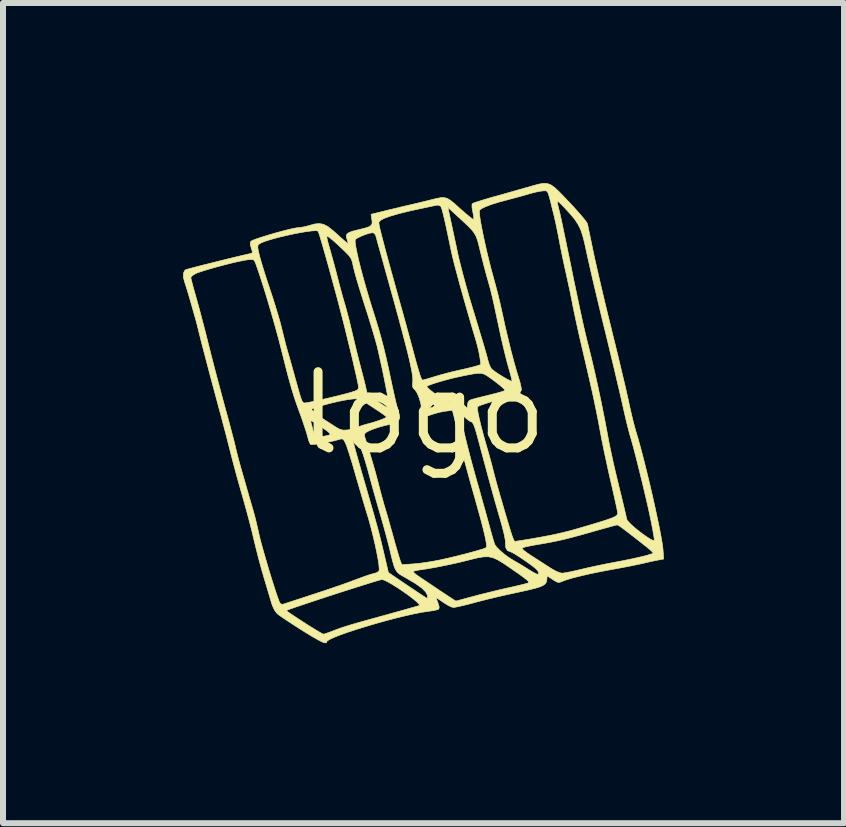
<source format=kicad_pcb>
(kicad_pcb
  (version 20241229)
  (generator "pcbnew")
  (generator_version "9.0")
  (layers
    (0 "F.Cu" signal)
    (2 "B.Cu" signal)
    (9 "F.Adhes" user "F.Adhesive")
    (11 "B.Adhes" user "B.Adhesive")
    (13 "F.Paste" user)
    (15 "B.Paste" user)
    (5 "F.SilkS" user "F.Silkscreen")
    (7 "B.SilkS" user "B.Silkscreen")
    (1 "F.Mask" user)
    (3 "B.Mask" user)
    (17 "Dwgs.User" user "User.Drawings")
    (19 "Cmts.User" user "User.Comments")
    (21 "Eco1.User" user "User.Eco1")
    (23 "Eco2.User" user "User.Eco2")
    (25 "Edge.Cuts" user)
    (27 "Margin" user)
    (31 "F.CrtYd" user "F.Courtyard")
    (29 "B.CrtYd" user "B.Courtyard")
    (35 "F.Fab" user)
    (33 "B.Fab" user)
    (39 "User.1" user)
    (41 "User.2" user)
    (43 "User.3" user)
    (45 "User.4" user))
  (footprint "logo"
    (layer "F.Cu")
    (at 4.004 3.834)
    (property "Reference" "logo" (at 0 0 0) (layer "F.SilkS") (effects (font (size 1.27 1.27) (thickness 0.15))))
    (attr through_hole)
    (fp_poly (pts (xy 2.069 -3.825) (xy 2.126 -3.803) (xy 2.186 -3.761) (xy 2.256 -3.696) (xy 2.344 -3.606) (xy 2.426 -3.519) (xy 2.518 -3.421) (xy 2.599 -3.33) (xy 2.665 -3.253) (xy 2.712 -3.193) (xy 2.734 -3.157) (xy 2.735 -3.154) (xy 2.743 -3.117) (xy 2.757 -3.047) (xy 2.778 -2.949) (xy 2.802 -2.832) (xy 2.829 -2.701) (xy 2.834 -2.678) (xy 2.859 -2.562) (xy 2.893 -2.412) (xy 2.933 -2.236) (xy 2.979 -2.041) (xy 3.028 -1.833) (xy 3.079 -1.622) (xy 3.131 -1.413) (xy 3.142 -1.365) (xy 3.192 -1.164) (xy 3.241 -0.963) (xy 3.287 -0.77) (xy 3.33 -0.59) (xy 3.368 -0.43) (xy 3.398 -0.297) (xy 3.421 -0.195) (xy 3.426 -0.169) (xy 3.454 -0.042) (xy 3.484 0.086) (xy 3.514 0.203) (xy 3.539 0.294) (xy 3.543 0.307) (xy 3.582 0.438) (xy 3.625 0.594) (xy 3.671 0.77) (xy 3.719 0.961) (xy 3.767 1.159) (xy 3.814 1.36) (xy 3.858 1.556) (xy 3.898 1.743) (xy 3.934 1.913) (xy 3.962 2.062) (xy 3.983 2.183) (xy 3.994 2.269) (xy 3.994 2.279) (xy 4.005 2.431) (xy 3.923 2.446) (xy 3.862 2.458) (xy 3.777 2.476) (xy 3.687 2.497) (xy 3.683 2.498) (xy 3.608 2.515) (xy 3.502 2.537) (xy 3.376 2.562) (xy 3.242 2.587) (xy 3.154 2.603) (xy 2.953 2.641) (xy 2.769 2.679) (xy 2.605 2.717) (xy 2.468 2.752) (xy 2.363 2.785) (xy 2.314 2.804) (xy 2.272 2.82) (xy 2.238 2.819) (xy 2.197 2.799) (xy 2.155 2.772) (xy 2.064 2.711) (xy 2.057 2.781) (xy 2.05 2.815) (xy 2.032 2.844) (xy 1.999 2.869) (xy 1.946 2.894) (xy 1.867 2.918) (xy 1.759 2.945) (xy 1.616 2.977) (xy 1.535 2.994) (xy 1.385 3.027) (xy 1.219 3.065) (xy 1.054 3.105) (xy 0.908 3.142) (xy 0.865 3.154) (xy 0.753 3.184) (xy 0.651 3.209) (xy 0.569 3.227) (xy 0.516 3.237) (xy 0.503 3.239) (xy 0.46 3.227) (xy 0.398 3.195) (xy 0.332 3.153) (xy 0.273 3.112) (xy 0.23 3.084) (xy 0.212 3.076) (xy 0.212 3.076) (xy 0.219 3.099) (xy 0.238 3.147) (xy 0.245 3.165) (xy 0.264 3.229) (xy 0.258 3.264) (xy 0.258 3.265) (xy 0.228 3.277) (xy 0.168 3.29) (xy 0.091 3.302) (xy 0.082 3.303) (xy -0.027 3.319) (xy -0.157 3.345) (xy -0.305 3.378) (xy -0.464 3.417) (xy -0.63 3.461) (xy -0.798 3.508) (xy -0.963 3.557) (xy -1.12 3.606) (xy -1.263 3.653) (xy -1.388 3.697) (xy -1.49 3.737) (xy -1.563 3.772) (xy -1.603 3.798) (xy -1.609 3.809) (xy -1.616 3.827) (xy -1.642 3.828) (xy -1.688 3.812) (xy -1.758 3.776) (xy -1.856 3.72) (xy -1.983 3.642) (xy -2.032 3.611) (xy -2.144 3.54) (xy -2.248 3.472) (xy -2.335 3.414) (xy -2.401 3.368) (xy -2.437 3.34) (xy -2.437 3.34) (xy -2.475 3.29) (xy -2.281 3.29) (xy -2.267 3.303) (xy -2.224 3.334) (xy -2.159 3.378) (xy -2.078 3.431) (xy -1.99 3.488) (xy -1.9 3.546) (xy -1.815 3.598) (xy -1.744 3.641) (xy -1.691 3.671) (xy -1.666 3.683) (xy -1.665 3.683) (xy -1.636 3.676) (xy -1.579 3.656) (xy -1.505 3.629) (xy -1.483 3.62) (xy -1.435 3.602) (xy -1.389 3.585) (xy -1.338 3.568) (xy -1.28 3.549) (xy -1.208 3.527) (xy -1.118 3.501) (xy -1.006 3.469) (xy -0.867 3.43) (xy -0.696 3.383) (xy -0.508 3.331) (xy -0.379 3.295) (xy -0.265 3.263) (xy -0.171 3.236) (xy -0.103 3.217) (xy -0.069 3.206) (xy -0.065 3.204) (xy -0.071 3.184) (xy -0.107 3.147) (xy -0.166 3.097) (xy -0.242 3.039) (xy -0.328 2.978) (xy -0.418 2.917) (xy -0.506 2.862) (xy -0.584 2.816) (xy -0.647 2.785) (xy -0.688 2.773) (xy -0.689 2.773) (xy -0.718 2.779) (xy -0.781 2.797) (xy -0.873 2.825) (xy -0.988 2.861) (xy -1.122 2.903) (xy -1.269 2.95) (xy -1.423 2.999) (xy -1.579 3.05) (xy -1.732 3.1) (xy -1.876 3.148) (xy -2.007 3.192) (xy -2.118 3.229) (xy -2.204 3.259) (xy -2.26 3.28) (xy -2.281 3.29) (xy -2.475 3.29) (xy -2.477 3.287) (xy -2.513 3.213) (xy -2.527 3.173) (xy -2.545 3.112) (xy -2.572 3.021) (xy -2.605 2.91) (xy -2.641 2.79) (xy -2.658 2.733) (xy -2.7 2.587) (xy -2.745 2.422) (xy -2.787 2.256) (xy -2.823 2.109) (xy -2.827 2.092) (xy -2.858 1.962) (xy -2.898 1.807) (xy -2.942 1.641) (xy -2.987 1.478) (xy -3.015 1.38) (xy -3.059 1.226) (xy -3.107 1.055) (xy -3.153 0.884) (xy -3.194 0.728) (xy -3.215 0.646) (xy -3.25 0.508) (xy -3.292 0.344) (xy -3.338 0.171) (xy -3.382 0.003) (xy -3.409 -0.095) (xy -3.462 -0.292) (xy -3.515 -0.489) (xy -3.566 -0.68) (xy -3.613 -0.859) (xy -3.656 -1.023) (xy -3.693 -1.164) (xy -3.722 -1.279) (xy -3.743 -1.362) (xy -3.751 -1.397) (xy -3.765 -1.453) (xy -3.787 -1.538) (xy -3.817 -1.643) (xy -3.85 -1.76) (xy -3.884 -1.879) (xy -3.917 -1.991) (xy -3.946 -2.088) (xy -3.969 -2.159) (xy -3.98 -2.192) (xy -3.996 -2.257) (xy -3.874 -2.257) (xy -3.868 -2.227) (xy -3.852 -2.165) (xy -3.829 -2.079) (xy -3.8 -1.977) (xy -3.791 -1.945) (xy -3.761 -1.838) (xy -3.723 -1.7) (xy -3.682 -1.543) (xy -3.639 -1.379) (xy -3.598 -1.217) (xy -3.588 -1.175) (xy -3.546 -1.01) (xy -3.497 -0.818) (xy -3.443 -0.612) (xy -3.388 -0.405) (xy -3.336 -0.211) (xy -3.313 -0.127) (xy -3.27 0.03) (xy -3.229 0.182) (xy -3.192 0.322) (xy -3.16 0.443) (xy -3.137 0.537) (xy -3.124 0.593) (xy -3.11 0.649) (xy -3.093 0.718) (xy -3.07 0.804) (xy -3.041 0.91) (xy -3.003 1.042) (xy -2.957 1.201) (xy -2.902 1.394) (xy -2.835 1.623) (xy -2.833 1.63) (xy -2.811 1.709) (xy -2.785 1.814) (xy -2.758 1.93) (xy -2.74 2.011) (xy -2.721 2.092) (xy -2.693 2.198) (xy -2.658 2.322) (xy -2.619 2.457) (xy -2.578 2.597) (xy -2.536 2.735) (xy -2.495 2.864) (xy -2.458 2.979) (xy -2.426 3.072) (xy -2.402 3.138) (xy -2.387 3.168) (xy -2.355 3.187) (xy -2.343 3.186) (xy -2.316 3.177) (xy -2.256 3.158) (xy -2.166 3.128) (xy -2.054 3.092) (xy -1.924 3.049) (xy -1.82 3.015) (xy -1.668 2.965) (xy -1.517 2.914) (xy -1.374 2.865) (xy -1.25 2.821) (xy -1.153 2.785) (xy -1.117 2.771) (xy -1.022 2.736) (xy -0.934 2.705) (xy -0.865 2.683) (xy -0.837 2.676) (xy -0.781 2.66) (xy -0.743 2.637) (xy -0.741 2.635) (xy -0.735 2.603) (xy -0.74 2.536) (xy -0.754 2.44) (xy -0.776 2.323) (xy -0.804 2.189) (xy -0.838 2.045) (xy -0.875 1.898) (xy -0.915 1.753) (xy -0.943 1.662) (xy -0.981 1.536) (xy -1.026 1.385) (xy -1.073 1.223) (xy -1.119 1.066) (xy -1.141 0.988) (xy -1.178 0.86) (xy -1.215 0.74) (xy -1.248 0.636) (xy -1.275 0.556) (xy -1.291 0.514) (xy -1.319 0.457) (xy -1.329 0.447) (xy -1.174 0.447) (xy -1.17 0.469) (xy -1.156 0.525) (xy -1.133 0.612) (xy -1.102 0.723) (xy -1.065 0.854) (xy -1.025 0.995) (xy -0.959 1.22) (xy -0.905 1.409) (xy -0.859 1.567) (xy -0.821 1.7) (xy -0.79 1.812) (xy -0.763 1.909) (xy -0.74 1.994) (xy -0.72 2.075) (xy -0.7 2.154) (xy -0.68 2.238) (xy -0.661 2.318) (xy -0.582 2.656) (xy -0.265 2.871) (xy -0.162 2.94) (xy -0.072 3) (xy -0.001 3.047) (xy 0.048 3.078) (xy 0.066 3.088) (xy 0.072 3.072) (xy 0.068 3.036) (xy 0.04 2.98) (xy -0.025 2.915) (xy -0.129 2.841) (xy -0.272 2.756) (xy -0.275 2.754) (xy -0.343 2.716) (xy -0.395 2.685) (xy -0.433 2.652) (xy -0.44 2.642) (xy -0.169 2.642) (xy -0.153 2.663) (xy -0.115 2.694) (xy -0.109 2.699) (xy -0.068 2.726) (xy -0.002 2.771) (xy 0.082 2.828) (xy 0.177 2.891) (xy 0.272 2.955) (xy 0.361 3.014) (xy 0.435 3.063) (xy 0.486 3.096) (xy 0.499 3.105) (xy 0.532 3.125) (xy 0.541 3.131) (xy 0.561 3.127) (xy 0.614 3.113) (xy 0.693 3.091) (xy 0.79 3.065) (xy 0.817 3.058) (xy 0.943 3.024) (xy 1.094 2.987) (xy 1.25 2.949) (xy 1.396 2.915) (xy 1.415 2.911) (xy 1.527 2.886) (xy 1.624 2.863) (xy 1.698 2.844) (xy 1.743 2.831) (xy 1.752 2.827) (xy 1.756 2.816) (xy 1.746 2.799) (xy 1.719 2.774) (xy 1.67 2.736) (xy 1.596 2.682) (xy 1.492 2.61) (xy 1.44 2.574) (xy 1.326 2.497) (xy 1.236 2.443) (xy 1.159 2.409) (xy 1.085 2.393) (xy 1.004 2.395) (xy 0.905 2.411) (xy 0.779 2.442) (xy 0.73 2.455) (xy 0.568 2.494) (xy 0.389 2.533) (xy 0.207 2.569) (xy 0.04 2.598) (xy -0.069 2.614) (xy -0.127 2.624) (xy -0.163 2.636) (xy -0.169 2.642) (xy -0.44 2.642) (xy -0.462 2.611) (xy -0.486 2.556) (xy -0.509 2.478) (xy -0.536 2.372) (xy -0.561 2.265) (xy -0.59 2.15) (xy -0.627 2.011) (xy -0.667 1.864) (xy -0.706 1.728) (xy -0.71 1.714) (xy -0.751 1.574) (xy -0.796 1.416) (xy -0.84 1.26) (xy -0.877 1.125) (xy -0.878 1.122) (xy -0.928 0.937) (xy -0.971 0.79) (xy -1.007 0.676) (xy -1.039 0.591) (xy -1.066 0.532) (xy -1.092 0.493) (xy -1.114 0.473) (xy -1.153 0.451) (xy -1.174 0.447) (xy -1.329 0.447) (xy -1.343 0.432) (xy -1.37 0.43) (xy -1.381 0.433) (xy -1.466 0.456) (xy -1.563 0.479) (xy -1.662 0.498) (xy -1.753 0.513) (xy -1.826 0.522) (xy -1.872 0.523) (xy -1.88 0.521) (xy -1.896 0.494) (xy -1.915 0.441) (xy -1.927 0.397) (xy -1.944 0.335) (xy -1.973 0.244) (xy -2.008 0.14) (xy -1.877 0.14) (xy -1.864 0.185) (xy -1.847 0.249) (xy -1.841 0.275) (xy -1.824 0.336) (xy -1.809 0.379) (xy -1.805 0.388) (xy -1.78 0.395) (xy -1.727 0.394) (xy -1.662 0.386) (xy -1.597 0.373) (xy -1.564 0.363) (xy -1.553 0.352) (xy -1.563 0.333) (xy -1.6 0.3) (xy -1.668 0.251) (xy -1.707 0.225) (xy -1.792 0.168) (xy -1.847 0.137) (xy -1.874 0.13) (xy -1.877 0.14) (xy -2.008 0.14) (xy -2.009 0.137) (xy -2.048 0.025) (xy -2.054 0.011) (xy -2.081 -0.065) (xy -1.863 -0.065) (xy -1.846 -0.042) (xy -1.803 -0.003) (xy -1.74 0.046) (xy -1.666 0.098) (xy -1.619 0.129) (xy -1.544 0.177) (xy -1.465 0.228) (xy -1.45 0.238) (xy -1.388 0.271) (xy -1.331 0.284) (xy -1.259 0.28) (xy -1.188 0.268) (xy -1.129 0.25) (xy -1.111 0.242) (xy -1.069 0.223) (xy -1.001 0.2) (xy -0.931 0.18) (xy -0.842 0.156) (xy -0.756 0.128) (xy -0.683 0.102) (xy -0.633 0.079) (xy -0.614 0.064) (xy -0.614 0.064) (xy -0.631 0.048) (xy -0.675 0.015) (xy -0.737 -0.028) (xy -0.757 -0.041) (xy -0.869 -0.115) (xy -0.952 -0.169) (xy -1.014 -0.205) (xy -1.063 -0.227) (xy -1.105 -0.237) (xy -1.148 -0.238) (xy -1.2 -0.233) (xy -1.259 -0.225) (xy -1.329 -0.213) (xy -1.418 -0.195) (xy -1.516 -0.172) (xy -1.616 -0.146) (xy -1.709 -0.12) (xy -1.787 -0.097) (xy -1.841 -0.078) (xy -1.863 -0.065) (xy -1.863 -0.065) (xy -2.081 -0.065) (xy -2.094 -0.1) (xy -2.129 -0.199) (xy -2.16 -0.293) (xy -2.189 -0.388) (xy -2.219 -0.492) (xy -2.252 -0.611) (xy -2.289 -0.753) (xy -2.332 -0.923) (xy -2.371 -1.079) (xy -2.413 -1.241) (xy -2.462 -1.421) (xy -2.516 -1.611) (xy -2.572 -1.803) (xy -2.628 -1.99) (xy -2.683 -2.165) (xy -2.733 -2.319) (xy -2.776 -2.444) (xy -2.799 -2.506) (xy -2.815 -2.541) (xy -2.838 -2.557) (xy -2.88 -2.56) (xy -2.93 -2.555) (xy -2.997 -2.544) (xy -3.093 -2.524) (xy -3.209 -2.497) (xy -3.334 -2.465) (xy -3.462 -2.431) (xy -3.581 -2.397) (xy -3.684 -2.365) (xy -3.761 -2.339) (xy -3.794 -2.325) (xy -3.844 -2.294) (xy -3.871 -2.265) (xy -3.874 -2.257) (xy -3.996 -2.257) (xy -3.999 -2.269) (xy -3.996 -2.336) (xy -3.973 -2.381) (xy -3.963 -2.388) (xy -3.936 -2.397) (xy -3.874 -2.414) (xy -3.784 -2.438) (xy -3.674 -2.466) (xy -3.549 -2.497) (xy -3.418 -2.53) (xy -3.285 -2.563) (xy -3.159 -2.594) (xy -3.046 -2.621) (xy -2.952 -2.643) (xy -2.885 -2.658) (xy -2.885 -2.658) (xy -2.856 -2.667) (xy -2.849 -2.685) (xy -2.859 -2.726) (xy -2.867 -2.75) (xy -2.878 -2.788) (xy -2.758 -2.788) (xy -2.758 -2.753) (xy -2.747 -2.694) (xy -2.737 -2.652) (xy -2.721 -2.588) (xy -2.693 -2.492) (xy -2.657 -2.374) (xy -2.615 -2.241) (xy -2.569 -2.103) (xy -2.56 -2.074) (xy -2.511 -1.928) (xy -2.464 -1.778) (xy -2.421 -1.636) (xy -2.385 -1.511) (xy -2.36 -1.414) (xy -2.359 -1.408) (xy -2.33 -1.291) (xy -2.299 -1.167) (xy -2.269 -1.056) (xy -2.254 -1.005) (xy -2.229 -0.918) (xy -2.197 -0.805) (xy -2.162 -0.679) (xy -2.128 -0.556) (xy -2.126 -0.55) (xy -2.089 -0.417) (xy -2.061 -0.319) (xy -2.04 -0.251) (xy -2.023 -0.207) (xy -2.008 -0.183) (xy -1.994 -0.172) (xy -1.977 -0.169) (xy -1.974 -0.169) (xy -1.941 -0.174) (xy -1.875 -0.186) (xy -1.785 -0.205) (xy -1.68 -0.228) (xy -1.651 -0.235) (xy -1.531 -0.263) (xy -1.411 -0.292) (xy -1.306 -0.319) (xy -1.227 -0.34) (xy -1.222 -0.341) (xy -1.147 -0.365) (xy -1.104 -0.384) (xy -1.084 -0.405) (xy -1.08 -0.434) (xy -1.079 -0.434) (xy -1.085 -0.469) (xy -1.099 -0.54) (xy -1.121 -0.64) (xy -1.15 -0.765) (xy -1.183 -0.909) (xy -1.221 -1.067) (xy -1.262 -1.233) (xy -1.303 -1.402) (xy -1.345 -1.568) (xy -1.386 -1.725) (xy -1.423 -1.869) (xy -1.441 -1.937) (xy -1.514 -2.203) (xy -1.577 -2.435) (xy -1.632 -2.63) (xy -1.677 -2.787) (xy -1.712 -2.907) (xy -1.721 -2.936) (xy -1.609 -2.936) (xy -1.603 -2.903) (xy -1.588 -2.84) (xy -1.565 -2.759) (xy -1.553 -2.717) (xy -1.526 -2.62) (xy -1.492 -2.498) (xy -1.457 -2.368) (xy -1.428 -2.254) (xy -1.398 -2.137) (xy -1.366 -2.02) (xy -1.338 -1.917) (xy -1.316 -1.842) (xy -1.315 -1.841) (xy -1.292 -1.761) (xy -1.264 -1.656) (xy -1.234 -1.541) (xy -1.217 -1.471) (xy -1.175 -1.293) (xy -1.14 -1.148) (xy -1.112 -1.031) (xy -1.087 -0.933) (xy -1.066 -0.848) (xy -1.045 -0.768) (xy -1.024 -0.687) (xy -1.015 -0.655) (xy -0.99 -0.558) (xy -0.968 -0.469) (xy -0.953 -0.402) (xy -0.947 -0.373) (xy -0.936 -0.338) (xy -0.906 -0.301) (xy -0.852 -0.256) (xy -0.771 -0.2) (xy -0.697 -0.151) (xy -0.636 -0.112) (xy -0.597 -0.089) (xy -0.587 -0.085) (xy -0.574 -0.103) (xy -0.572 -0.127) (xy -0.576 -0.167) (xy -0.588 -0.24) (xy -0.606 -0.341) (xy -0.629 -0.46) (xy -0.655 -0.591) (xy -0.683 -0.726) (xy -0.712 -0.858) (xy -0.739 -0.979) (xy -0.763 -1.083) (xy -0.772 -1.122) (xy -0.796 -1.209) (xy -0.83 -1.326) (xy -0.872 -1.465) (xy -0.918 -1.615) (xy -0.967 -1.767) (xy -0.984 -1.82) (xy -1.03 -1.965) (xy -1.073 -2.104) (xy -1.111 -2.232) (xy -1.141 -2.338) (xy -1.161 -2.417) (xy -1.167 -2.441) (xy -1.182 -2.516) (xy -1.201 -2.569) (xy -1.231 -2.615) (xy -1.28 -2.668) (xy -1.322 -2.709) (xy -1.427 -2.808) (xy -1.505 -2.878) (xy -1.559 -2.923) (xy -1.593 -2.944) (xy -1.607 -2.943) (xy -1.609 -2.936) (xy -1.721 -2.936) (xy -1.737 -2.988) (xy -1.753 -3.029) (xy -1.755 -3.033) (xy -1.787 -3.04) (xy -1.851 -3.037) (xy -1.942 -3.026) (xy -2.052 -3.007) (xy -2.173 -2.984) (xy -2.298 -2.956) (xy -2.42 -2.927) (xy -2.532 -2.896) (xy -2.626 -2.867) (xy -2.696 -2.84) (xy -2.722 -2.826) (xy -2.746 -2.808) (xy -2.758 -2.788) (xy -2.878 -2.788) (xy -2.884 -2.811) (xy -2.881 -2.849) (xy -2.872 -2.864) (xy -2.844 -2.88) (xy -2.782 -2.903) (xy -2.696 -2.932) (xy -2.593 -2.964) (xy -2.481 -2.997) (xy -2.369 -3.028) (xy -2.264 -3.055) (xy -2.175 -3.076) (xy -2.109 -3.088) (xy -2.083 -3.09) (xy -2.026 -3.097) (xy -1.95 -3.113) (xy -1.904 -3.126) (xy -1.809 -3.152) (xy -1.732 -3.159) (xy -1.662 -3.146) (xy -1.591 -3.109) (xy -1.508 -3.044) (xy -1.44 -2.984) (xy -1.369 -2.919) (xy -1.31 -2.868) (xy -1.269 -2.834) (xy -1.254 -2.824) (xy -1.257 -2.845) (xy -1.258 -2.851) (xy -1.136 -2.851) (xy -1.126 -2.779) (xy -1.106 -2.677) (xy -1.078 -2.551) (xy -1.042 -2.407) (xy -1 -2.25) (xy -0.954 -2.086) (xy -0.905 -1.921) (xy -0.871 -1.809) (xy -0.803 -1.594) (xy -0.747 -1.409) (xy -0.7 -1.242) (xy -0.658 -1.082) (xy -0.619 -0.919) (xy -0.579 -0.741) (xy -0.54 -0.555) (xy -0.512 -0.425) (xy -0.484 -0.299) (xy -0.458 -0.186) (xy -0.435 -0.099) (xy -0.424 -0.061) (xy -0.403 0.014) (xy -0.394 0.061) (xy -0.399 0.094) (xy -0.413 0.12) (xy -0.461 0.16) (xy -0.524 0.181) (xy -0.639 0.206) (xy -0.757 0.239) (xy -0.862 0.276) (xy -0.914 0.299) (xy -0.963 0.327) (xy -0.981 0.353) (xy -0.977 0.389) (xy -0.975 0.397) (xy -0.962 0.44) (xy -0.94 0.513) (xy -0.911 0.605) (xy -0.882 0.699) (xy -0.845 0.824) (xy -0.805 0.963) (xy -0.769 1.096) (xy -0.751 1.164) (xy -0.721 1.282) (xy -0.687 1.408) (xy -0.655 1.523) (xy -0.642 1.566) (xy -0.616 1.653) (xy -0.583 1.767) (xy -0.547 1.897) (xy -0.51 2.028) (xy -0.497 2.074) (xy -0.465 2.191) (xy -0.434 2.297) (xy -0.408 2.385) (xy -0.389 2.445) (xy -0.383 2.464) (xy -0.358 2.525) (xy -0.163 2.512) (xy -0.059 2.502) (xy 0.068 2.484) (xy 0.199 2.462) (xy 0.286 2.445) (xy 0.415 2.416) (xy 0.549 2.384) (xy 0.68 2.351) (xy 0.8 2.319) (xy 0.904 2.29) (xy 0.985 2.266) (xy 1.034 2.248) (xy 1.046 2.241) (xy 1.053 2.223) (xy 1.052 2.184) (xy 1.042 2.123) (xy 1.024 2.036) (xy 0.996 1.921) (xy 0.958 1.774) (xy 0.908 1.594) (xy 0.848 1.377) (xy 0.815 1.263) (xy 0.767 1.091) (xy 0.72 0.92) (xy 0.676 0.755) (xy 0.638 0.606) (xy 0.606 0.481) (xy 0.584 0.387) (xy 0.582 0.374) (xy 0.558 0.266) (xy 0.536 0.166) (xy 0.517 0.084) (xy 0.509 0.05) (xy 0.626 0.05) (xy 0.635 0.113) (xy 0.654 0.209) (xy 0.682 0.332) (xy 0.717 0.478) (xy 0.759 0.643) (xy 0.806 0.822) (xy 0.858 1.011) (xy 0.889 1.122) (xy 0.936 1.287) (xy 0.981 1.449) (xy 1.024 1.601) (xy 1.061 1.735) (xy 1.091 1.845) (xy 1.112 1.921) (xy 1.113 1.926) (xy 1.139 2.02) (xy 1.163 2.104) (xy 1.183 2.167) (xy 1.189 2.187) (xy 1.22 2.231) (xy 1.277 2.289) (xy 1.351 2.352) (xy 1.432 2.411) (xy 1.51 2.459) (xy 1.517 2.463) (xy 1.566 2.49) (xy 1.637 2.533) (xy 1.718 2.583) (xy 1.75 2.603) (xy 1.837 2.656) (xy 1.893 2.683) (xy 1.92 2.684) (xy 1.921 2.659) (xy 1.905 2.624) (xy 1.88 2.598) (xy 1.828 2.555) (xy 1.758 2.503) (xy 1.679 2.448) (xy 1.599 2.394) (xy 1.527 2.349) (xy 1.472 2.318) (xy 1.443 2.307) (xy 1.4 2.289) (xy 1.383 2.259) (xy 1.648 2.259) (xy 1.673 2.286) (xy 1.73 2.329) (xy 1.8 2.376) (xy 1.897 2.438) (xy 1.999 2.504) (xy 2.089 2.562) (xy 2.115 2.579) (xy 2.191 2.624) (xy 2.26 2.655) (xy 2.308 2.667) (xy 2.309 2.667) (xy 2.352 2.662) (xy 2.426 2.649) (xy 2.52 2.629) (xy 2.622 2.605) (xy 2.745 2.576) (xy 2.892 2.544) (xy 3.043 2.513) (xy 3.179 2.487) (xy 3.337 2.457) (xy 3.481 2.427) (xy 3.607 2.399) (xy 3.71 2.374) (xy 3.784 2.352) (xy 3.825 2.337) (xy 3.831 2.331) (xy 3.816 2.312) (xy 3.776 2.275) (xy 3.72 2.229) (xy 3.576 2.116) (xy 3.462 2.027) (xy 3.374 1.959) (xy 3.311 1.912) (xy 3.267 1.881) (xy 3.241 1.866) (xy 3.232 1.863) (xy 3.206 1.868) (xy 3.145 1.884) (xy 3.058 1.908) (xy 2.949 1.938) (xy 2.826 1.973) (xy 2.806 1.979) (xy 2.629 2.029) (xy 2.481 2.069) (xy 2.352 2.102) (xy 2.231 2.129) (xy 2.107 2.154) (xy 1.969 2.179) (xy 1.894 2.191) (xy 1.802 2.208) (xy 1.723 2.224) (xy 1.669 2.238) (xy 1.652 2.244) (xy 1.648 2.259) (xy 1.383 2.259) (xy 1.373 2.241) (xy 1.368 2.178) (xy 1.368 2.175) (xy 1.366 2.118) (xy 1.348 2.023) (xy 1.314 1.888) (xy 1.28 1.767) (xy 1.251 1.669) (xy 1.222 1.567) (xy 1.191 1.458) (xy 1.157 1.336) (xy 1.119 1.198) (xy 1.075 1.038) (xy 1.025 0.851) (xy 0.966 0.633) (xy 0.898 0.379) (xy 0.894 0.365) (xy 0.862 0.254) (xy 0.835 0.184) (xy 0.813 0.151) (xy 0.805 0.148) (xy 0.772 0.134) (xy 0.726 0.099) (xy 0.705 0.081) (xy 0.662 0.043) (xy 0.633 0.023) (xy 0.627 0.023) (xy 0.626 0.05) (xy 0.509 0.05) (xy 0.505 0.035) (xy 0.484 -0.047) (xy 0.364 -0.032) (xy 0.273 -0.015) (xy 0.178 0.011) (xy 0.14 0.024) (xy 0.06 0.05) (xy 0.01 0.052) (xy -0.016 0.027) (xy -0.021 -0.011) (xy -0.027 -0.079) (xy 0.901 -0.079) (xy 0.91 -0.016) (xy 0.929 0.078) (xy 0.957 0.197) (xy 0.994 0.337) (xy 1.037 0.493) (xy 1.048 0.529) (xy 1.084 0.655) (xy 1.123 0.795) (xy 1.158 0.928) (xy 1.175 0.995) (xy 1.195 1.071) (xy 1.216 1.151) (xy 1.241 1.24) (xy 1.27 1.343) (xy 1.306 1.466) (xy 1.349 1.615) (xy 1.402 1.794) (xy 1.453 1.963) (xy 1.479 2.042) (xy 1.502 2.102) (xy 1.519 2.135) (xy 1.523 2.138) (xy 1.55 2.134) (xy 1.61 2.125) (xy 1.693 2.112) (xy 1.782 2.097) (xy 1.948 2.068) (xy 2.087 2.042) (xy 2.209 2.017) (xy 2.325 1.99) (xy 2.445 1.96) (xy 2.58 1.922) (xy 2.741 1.875) (xy 2.811 1.854) (xy 2.956 1.81) (xy 3.065 1.775) (xy 3.143 1.747) (xy 3.194 1.724) (xy 3.224 1.702) (xy 3.237 1.682) (xy 3.239 1.669) (xy 3.234 1.638) (xy 3.221 1.571) (xy 3.2 1.476) (xy 3.174 1.359) (xy 3.144 1.226) (xy 3.123 1.137) (xy 3.085 0.97) (xy 3.046 0.789) (xy 3.007 0.608) (xy 2.973 0.44) (xy 2.946 0.297) (xy 2.942 0.275) (xy 2.914 0.124) (xy 2.881 -0.041) (xy 2.847 -0.205) (xy 2.816 -0.35) (xy 2.804 -0.402) (xy 2.777 -0.521) (xy 2.743 -0.669) (xy 2.705 -0.833) (xy 2.666 -1.001) (xy 2.629 -1.159) (xy 2.628 -1.164) (xy 2.594 -1.31) (xy 2.562 -1.455) (xy 2.533 -1.589) (xy 2.509 -1.702) (xy 2.492 -1.786) (xy 2.49 -1.799) (xy 2.473 -1.885) (xy 2.45 -1.999) (xy 2.422 -2.129) (xy 2.393 -2.263) (xy 2.381 -2.318) (xy 2.35 -2.456) (xy 2.319 -2.601) (xy 2.291 -2.74) (xy 2.268 -2.857) (xy 2.262 -2.889) (xy 2.238 -3.014) (xy 2.209 -3.153) (xy 2.18 -3.283) (xy 2.167 -3.334) (xy 2.134 -3.466) (xy 2.126 -3.501) (xy 2.235 -3.501) (xy 2.248 -3.44) (xy 2.269 -3.355) (xy 2.28 -3.31) (xy 2.297 -3.231) (xy 2.32 -3.125) (xy 2.346 -2.998) (xy 2.376 -2.858) (xy 2.393 -2.773) (xy 2.45 -2.499) (xy 2.498 -2.263) (xy 2.54 -2.061) (xy 2.576 -1.888) (xy 2.607 -1.741) (xy 2.634 -1.617) (xy 2.657 -1.511) (xy 2.678 -1.419) (xy 2.697 -1.337) (xy 2.715 -1.263) (xy 2.732 -1.191) (xy 2.751 -1.118) (xy 2.755 -1.101) (xy 2.805 -0.9) (xy 2.859 -0.669) (xy 2.914 -0.42) (xy 2.968 -0.164) (xy 3.018 0.085) (xy 3.062 0.316) (xy 3.08 0.413) (xy 3.102 0.53) (xy 3.133 0.676) (xy 3.169 0.841) (xy 3.209 1.013) (xy 3.249 1.179) (xy 3.261 1.229) (xy 3.296 1.37) (xy 3.327 1.498) (xy 3.353 1.607) (xy 3.373 1.692) (xy 3.384 1.746) (xy 3.387 1.762) (xy 3.402 1.792) (xy 3.442 1.836) (xy 3.501 1.891) (xy 3.571 1.949) (xy 3.646 2.007) (xy 3.718 2.058) (xy 3.78 2.098) (xy 3.826 2.12) (xy 3.848 2.119) (xy 3.848 2.118) (xy 3.847 2.091) (xy 3.838 2.029) (xy 3.822 1.942) (xy 3.802 1.836) (xy 3.789 1.773) (xy 3.762 1.644) (xy 3.728 1.493) (xy 3.689 1.327) (xy 3.648 1.154) (xy 3.605 0.98) (xy 3.564 0.814) (xy 3.525 0.663) (xy 3.491 0.534) (xy 3.463 0.434) (xy 3.45 0.392) (xy 3.432 0.329) (xy 3.408 0.235) (xy 3.379 0.119) (xy 3.349 -0.011) (xy 3.323 -0.127) (xy 3.299 -0.234) (xy 3.266 -0.376) (xy 3.226 -0.545) (xy 3.182 -0.734) (xy 3.133 -0.937) (xy 3.083 -1.146) (xy 3.032 -1.356) (xy 3.014 -1.429) (xy 2.964 -1.634) (xy 2.915 -1.84) (xy 2.867 -2.04) (xy 2.823 -2.227) (xy 2.784 -2.396) (xy 2.752 -2.538) (xy 2.727 -2.649) (xy 2.72 -2.683) (xy 2.686 -2.839) (xy 2.654 -2.962) (xy 2.62 -3.062) (xy 2.577 -3.147) (xy 2.524 -3.228) (xy 2.453 -3.313) (xy 2.375 -3.399) (xy 2.304 -3.473) (xy 2.26 -3.516) (xy 2.238 -3.526) (xy 2.235 -3.501) (xy 2.126 -3.501) (xy 2.11 -3.562) (xy 2.092 -3.628) (xy 2.077 -3.67) (xy 2.063 -3.693) (xy 2.047 -3.703) (xy 2.028 -3.705) (xy 2.002 -3.704) (xy 2.002 -3.704) (xy 1.949 -3.698) (xy 1.87 -3.682) (xy 1.78 -3.659) (xy 1.754 -3.651) (xy 1.644 -3.619) (xy 1.521 -3.586) (xy 1.412 -3.557) (xy 1.408 -3.556) (xy 1.263 -3.517) (xy 1.138 -3.478) (xy 1.039 -3.441) (xy 0.97 -3.408) (xy 0.937 -3.381) (xy 0.935 -3.375) (xy 0.935 -3.331) (xy 0.944 -3.252) (xy 0.962 -3.145) (xy 0.987 -3.016) (xy 1.018 -2.87) (xy 1.052 -2.716) (xy 1.09 -2.558) (xy 1.129 -2.403) (xy 1.169 -2.258) (xy 1.175 -2.236) (xy 1.208 -2.114) (xy 1.246 -1.968) (xy 1.282 -1.817) (xy 1.313 -1.678) (xy 1.314 -1.673) (xy 1.362 -1.452) (xy 1.413 -1.236) (xy 1.463 -1.031) (xy 1.512 -0.848) (xy 1.556 -0.692) (xy 1.582 -0.609) (xy 1.608 -0.524) (xy 1.626 -0.449) (xy 1.634 -0.396) (xy 1.634 -0.386) (xy 1.611 -0.341) (xy 1.554 -0.303) (xy 1.46 -0.271) (xy 1.386 -0.255) (xy 1.311 -0.238) (xy 1.222 -0.214) (xy 1.127 -0.187) (xy 1.038 -0.159) (xy 0.964 -0.134) (xy 0.916 -0.114) (xy 0.904 -0.107) (xy 0.901 -0.079) (xy -0.027 -0.079) (xy -0.029 -0.091) (xy -0.048 -0.182) (xy -0.061 -0.225) (xy 0.052 -0.225) (xy 0.063 -0.178) (xy 0.082 -0.129) (xy 0.103 -0.093) (xy 0.115 -0.085) (xy 0.151 -0.096) (xy 0.169 -0.106) (xy 0.184 -0.123) (xy 0.175 -0.148) (xy 0.137 -0.19) (xy 0.133 -0.194) (xy 0.09 -0.233) (xy 0.061 -0.252) (xy 0.054 -0.252) (xy 0.052 -0.225) (xy -0.061 -0.225) (xy -0.075 -0.27) (xy -0.107 -0.342) (xy -0.138 -0.386) (xy -0.14 -0.388) (xy -0.171 -0.419) (xy -0.178 -0.446) (xy 0.058 -0.446) (xy 0.067 -0.428) (xy 0.104 -0.393) (xy 0.164 -0.346) (xy 0.21 -0.312) (xy 0.29 -0.257) (xy 0.347 -0.222) (xy 0.393 -0.204) (xy 0.438 -0.197) (xy 0.493 -0.197) (xy 0.496 -0.197) (xy 0.568 -0.197) (xy 0.615 -0.186) (xy 0.654 -0.159) (xy 0.671 -0.142) (xy 0.73 -0.083) (xy 0.737 -0.147) (xy 0.748 -0.192) (xy 0.78 -0.218) (xy 0.822 -0.232) (xy 0.875 -0.246) (xy 0.957 -0.267) (xy 1.055 -0.291) (xy 1.122 -0.308) (xy 1.214 -0.331) (xy 1.291 -0.353) (xy 1.343 -0.37) (xy 1.36 -0.378) (xy 1.351 -0.396) (xy 1.313 -0.433) (xy 1.252 -0.483) (xy 1.183 -0.536) (xy 1.112 -0.588) (xy 1.057 -0.626) (xy 1.01 -0.651) (xy 0.963 -0.663) (xy 0.908 -0.664) (xy 0.835 -0.654) (xy 0.737 -0.636) (xy 0.614 -0.611) (xy 0.515 -0.589) (xy 0.408 -0.562) (xy 0.301 -0.532) (xy 0.203 -0.503) (xy 0.124 -0.476) (xy 0.071 -0.454) (xy 0.058 -0.446) (xy -0.178 -0.446) (xy -0.182 -0.458) (xy -0.177 -0.515) (xy -0.175 -0.554) (xy -0.179 -0.606) (xy -0.188 -0.674) (xy -0.205 -0.762) (xy -0.228 -0.87) (xy -0.26 -1.004) (xy -0.301 -1.164) (xy -0.351 -1.355) (xy -0.411 -1.579) (xy -0.482 -1.839) (xy -0.539 -2.043) (xy -0.591 -2.23) (xy -0.64 -2.406) (xy -0.684 -2.566) (xy -0.723 -2.705) (xy -0.755 -2.819) (xy -0.778 -2.904) (xy -0.793 -2.956) (xy -0.796 -2.969) (xy -0.824 -3) (xy -0.847 -3.006) (xy -0.896 -2.998) (xy -0.961 -2.978) (xy -1.03 -2.951) (xy -1.091 -2.922) (xy -1.129 -2.897) (xy -1.135 -2.889) (xy -1.136 -2.851) (xy -1.258 -2.851) (xy -1.27 -2.891) (xy -1.273 -2.9) (xy -1.284 -2.946) (xy -1.275 -2.981) (xy -1.24 -3.009) (xy -1.175 -3.033) (xy -1.074 -3.058) (xy -0.973 -3.083) (xy -0.907 -3.104) (xy -0.87 -3.127) (xy -0.855 -3.157) (xy -0.854 -3.176) (xy -0.741 -3.176) (xy -0.739 -3.152) (xy -0.732 -3.113) (xy -0.719 -3.056) (xy -0.7 -2.979) (xy -0.674 -2.879) (xy -0.641 -2.753) (xy -0.6 -2.6) (xy -0.55 -2.417) (xy -0.49 -2.201) (xy -0.421 -1.95) (xy -0.34 -1.662) (xy -0.317 -1.577) (xy -0.29 -1.482) (xy -0.257 -1.358) (xy -0.219 -1.22) (xy -0.181 -1.079) (xy -0.161 -1.005) (xy -0.119 -0.849) (xy -0.085 -0.731) (xy -0.059 -0.645) (xy -0.039 -0.589) (xy -0.023 -0.559) (xy -0.012 -0.55) (xy 0.011 -0.556) (xy 0.065 -0.571) (xy 0.139 -0.593) (xy 0.163 -0.601) (xy 0.279 -0.635) (xy 0.384 -0.664) (xy 0.495 -0.692) (xy 0.626 -0.722) (xy 0.667 -0.731) (xy 0.753 -0.751) (xy 0.833 -0.771) (xy 0.886 -0.786) (xy 0.958 -0.809) (xy 0.944 -0.918) (xy 0.931 -0.992) (xy 0.91 -1.088) (xy 0.884 -1.185) (xy 0.881 -1.196) (xy 0.805 -1.452) (xy 0.734 -1.697) (xy 0.669 -1.926) (xy 0.61 -2.135) (xy 0.56 -2.321) (xy 0.518 -2.478) (xy 0.487 -2.603) (xy 0.467 -2.691) (xy 0.422 -2.906) (xy 0.385 -3.083) (xy 0.354 -3.222) (xy 0.329 -3.326) (xy 0.31 -3.397) (xy 0.299 -3.428) (xy 0.409 -3.428) (xy 0.481 -3.095) (xy 0.507 -2.972) (xy 0.532 -2.856) (xy 0.554 -2.755) (xy 0.569 -2.68) (xy 0.574 -2.656) (xy 0.597 -2.558) (xy 0.629 -2.429) (xy 0.669 -2.277) (xy 0.714 -2.113) (xy 0.761 -1.946) (xy 0.808 -1.789) (xy 0.85 -1.652) (xy 0.897 -1.496) (xy 0.943 -1.342) (xy 0.975 -1.238) (xy 1.008 -1.127) (xy 1.039 -1.021) (xy 1.064 -0.931) (xy 1.08 -0.869) (xy 1.081 -0.865) (xy 1.103 -0.798) (xy 1.131 -0.744) (xy 1.143 -0.731) (xy 1.184 -0.699) (xy 1.243 -0.658) (xy 1.31 -0.616) (xy 1.376 -0.577) (xy 1.433 -0.547) (xy 1.469 -0.531) (xy 1.477 -0.531) (xy 1.474 -0.556) (xy 1.461 -0.612) (xy 1.44 -0.691) (xy 1.42 -0.759) (xy 1.395 -0.851) (xy 1.364 -0.973) (xy 1.33 -1.113) (xy 1.296 -1.26) (xy 1.27 -1.381) (xy 1.231 -1.562) (xy 1.2 -1.707) (xy 1.175 -1.823) (xy 1.154 -1.916) (xy 1.136 -1.99) (xy 1.121 -2.053) (xy 1.105 -2.111) (xy 1.089 -2.168) (xy 1.073 -2.224) (xy 1.047 -2.317) (xy 1.015 -2.436) (xy 0.982 -2.566) (xy 0.951 -2.69) (xy 0.925 -2.798) (xy 0.903 -2.88) (xy 0.879 -2.945) (xy 0.848 -3.001) (xy 0.806 -3.055) (xy 0.746 -3.117) (xy 0.665 -3.193) (xy 0.591 -3.261) (xy 0.409 -3.428) (xy 0.299 -3.428) (xy 0.296 -3.437) (xy 0.29 -3.447) (xy 0.253 -3.465) (xy 0.224 -3.465) (xy 0.183 -3.456) (xy 0.114 -3.442) (xy 0.03 -3.424) (xy 0.011 -3.42) (xy -0.215 -3.371) (xy -0.399 -3.326) (xy -0.542 -3.285) (xy -0.647 -3.248) (xy -0.712 -3.214) (xy -0.74 -3.183) (xy -0.741 -3.176) (xy -0.854 -3.176) (xy -0.854 -3.199) (xy -0.858 -3.224) (xy -0.871 -3.313) (xy -0.684 -3.359) (xy -0.58 -3.385) (xy -0.454 -3.415) (xy -0.327 -3.446) (xy -0.265 -3.46) (xy -0.153 -3.486) (xy -0.04 -3.513) (xy 0.058 -3.537) (xy 0.106 -3.549) (xy 0.211 -3.575) (xy 0.288 -3.59) (xy 0.348 -3.592) (xy 0.401 -3.577) (xy 0.455 -3.544) (xy 0.523 -3.488) (xy 0.612 -3.408) (xy 0.612 -3.408) (xy 0.692 -3.338) (xy 0.76 -3.281) (xy 0.81 -3.242) (xy 0.837 -3.225) (xy 0.84 -3.225) (xy 0.841 -3.249) (xy 0.834 -3.302) (xy 0.824 -3.354) (xy 0.811 -3.429) (xy 0.811 -3.478) (xy 0.817 -3.491) (xy 0.843 -3.503) (xy 0.902 -3.523) (xy 0.988 -3.55) (xy 1.091 -3.581) (xy 1.154 -3.599) (xy 1.291 -3.637) (xy 1.439 -3.679) (xy 1.583 -3.72) (xy 1.705 -3.755) (xy 1.722 -3.759) (xy 1.841 -3.794) (xy 1.934 -3.818) (xy 2.007 -3.829) (xy 2.069 -3.825)) (stroke (width 0.01) (type solid)) (fill yes) (layer "F.SilkS")))
  (gr_rect
    (start -3 -3)
    (end 11.014 10.667)
    (stroke (width 0.1) (type default))
    (fill no)
    (layer "Edge.Cuts")))
</source>
